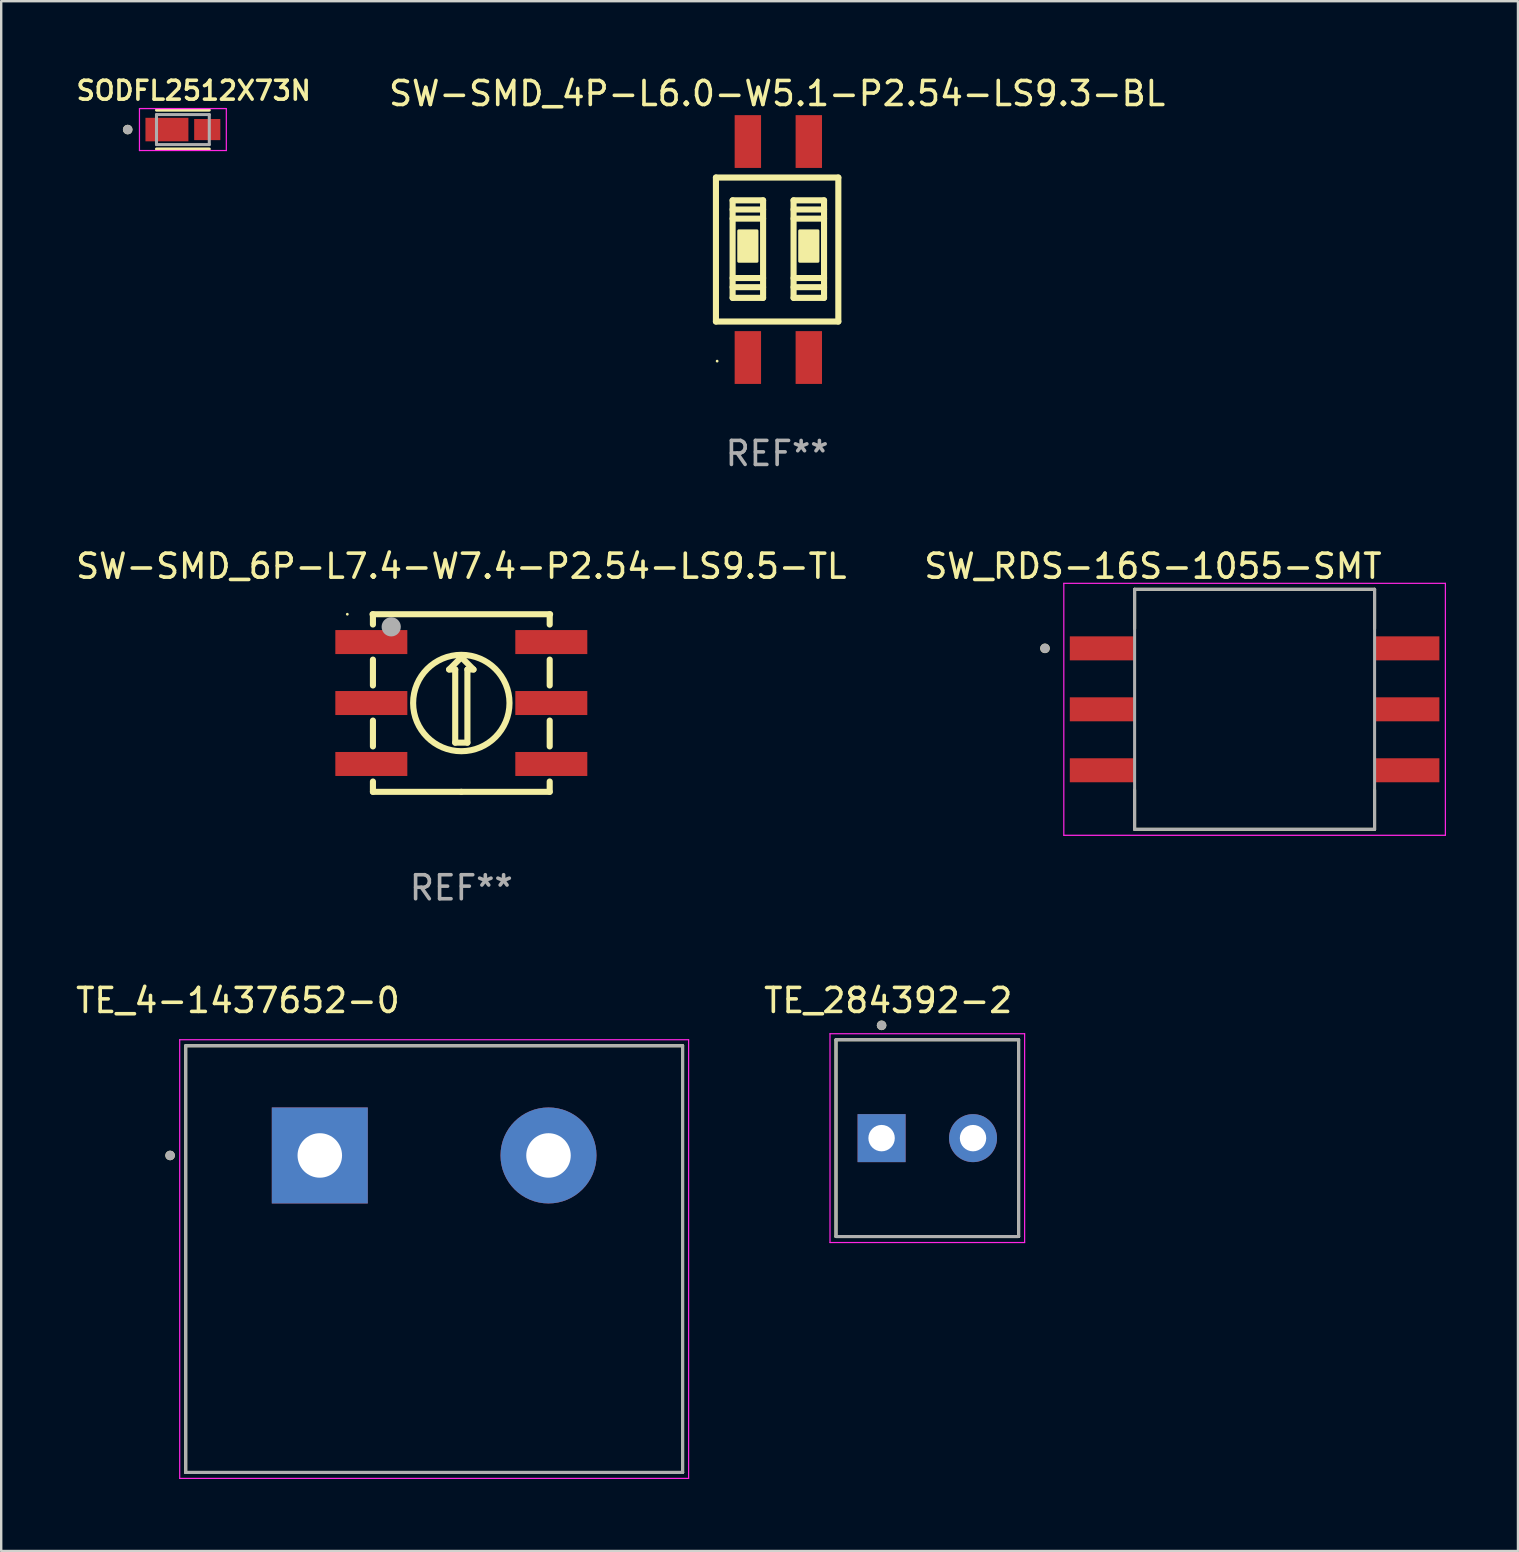
<source format=kicad_pcb>
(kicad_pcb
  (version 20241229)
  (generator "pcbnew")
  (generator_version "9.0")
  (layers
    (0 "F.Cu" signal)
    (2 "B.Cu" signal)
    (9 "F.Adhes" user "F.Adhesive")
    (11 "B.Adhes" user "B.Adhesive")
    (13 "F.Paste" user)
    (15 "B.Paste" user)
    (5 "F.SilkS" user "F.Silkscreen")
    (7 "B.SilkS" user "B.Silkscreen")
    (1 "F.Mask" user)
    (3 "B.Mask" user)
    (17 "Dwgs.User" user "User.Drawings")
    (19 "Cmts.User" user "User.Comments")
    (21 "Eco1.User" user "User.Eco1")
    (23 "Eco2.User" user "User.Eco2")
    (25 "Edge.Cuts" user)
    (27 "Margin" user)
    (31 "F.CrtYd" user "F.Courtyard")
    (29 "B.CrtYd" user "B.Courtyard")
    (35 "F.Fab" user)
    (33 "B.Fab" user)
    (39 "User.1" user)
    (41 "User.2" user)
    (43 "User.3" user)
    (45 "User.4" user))
  (footprint "TE_4-1437652-0"
    (layer "F.Cu")
    (at 10.276 45.098)
    (property "Reference" "TE_4-1437652-0" (at -3.413 -6.457 0) (layer "F.SilkS") (effects (font (size 1 1) (thickness 0.15))))
    (attr through_hole)
    (fp_line (start -5.588 13.208) (end -5.588 -4.572) (stroke (width 0.127) (type solid)) (layer "F.SilkS"))
    (fp_line (start 15.118 -4.572) (end -5.588 -4.572) (stroke (width 0.127) (type solid)) (layer "F.SilkS"))
    (fp_line (start 15.118 -4.572) (end 15.118 13.208) (stroke (width 0.127) (type solid)) (layer "F.SilkS"))
    (fp_line (start 15.118 13.208) (end -5.588 13.208) (stroke (width 0.127) (type solid)) (layer "F.SilkS"))
    (fp_circle (center -6.238 0) (end -6.138 0) (stroke (width 0.2) (type solid)) (fill no) (layer "F.SilkS"))
    (fp_line (start -5.838 -4.822) (end 15.368 -4.822) (stroke (width 0.05) (type solid)) (layer "F.CrtYd"))
    (fp_line (start -5.838 13.458) (end -5.838 -4.822) (stroke (width 0.05) (type solid)) (layer "F.CrtYd"))
    (fp_line (start 15.368 -4.822) (end 15.368 13.458) (stroke (width 0.05) (type solid)) (layer "F.CrtYd"))
    (fp_line (start 15.368 13.458) (end -5.838 13.458) (stroke (width 0.05) (type solid)) (layer "F.CrtYd"))
    (fp_line (start -5.588 -4.572) (end 15.118 -4.572) (stroke (width 0.127) (type solid)) (layer "F.Fab"))
    (fp_line (start -5.588 13.208) (end -5.588 -4.572) (stroke (width 0.127) (type solid)) (layer "F.Fab"))
    (fp_line (start -5.588 13.208) (end -5.588 13.208) (stroke (width 0.127) (type solid)) (layer "F.Fab"))
    (fp_line (start -5.588 13.208) (end 15.118 13.208) (stroke (width 0.127) (type solid)) (layer "F.Fab"))
    (fp_line (start 15.118 -4.572) (end 15.118 13.208) (stroke (width 0.127) (type solid)) (layer "F.Fab"))
    (fp_line (start 15.118 13.208) (end -5.588 13.208) (stroke (width 0.127) (type solid)) (layer "F.Fab"))
    (fp_line (start 15.118 13.208) (end 15.118 13.208) (stroke (width 0.127) (type solid)) (layer "F.Fab"))
    (fp_circle (center -6.238 0) (end -6.138 0) (stroke (width 0.2) (type solid)) (fill no) (layer "F.Fab"))
    (pad "1" thru_hole rect (at 0 0) (size 4 4) (drill 1.854) (layers "*.Cu" "*.Mask"))
    (pad "2" thru_hole circle (at 9.53 0) (size 4 4) (drill 1.854) (layers "*.Cu" "*.Mask")))
  (footprint "SW_RDS-16S-1055-SMT"
    (layer "F.Cu")
    (at 49.229 26.507)
    (property "Reference" "SW_RDS-16S-1055-SMT" (at -4.235 -5.962 0) (layer "F.SilkS") (effects (font (size 1 1) (thickness 0.15))))
    (attr through_hole)
    (fp_line (start -5 -5) (end -5 -3.36) (stroke (width 0.127) (type solid)) (layer "F.SilkS"))
    (fp_line (start -5 -5) (end 5 -5) (stroke (width 0.127) (type solid)) (layer "F.SilkS"))
    (fp_line (start -5 3.36) (end -5 5) (stroke (width 0.127) (type solid)) (layer "F.SilkS"))
    (fp_line (start -5 5) (end 5 5) (stroke (width 0.127) (type solid)) (layer "F.SilkS"))
    (fp_line (start 5 -5) (end 5 -3.36) (stroke (width 0.127) (type solid)) (layer "F.SilkS"))
    (fp_line (start 5 3.36) (end 5 5) (stroke (width 0.127) (type solid)) (layer "F.SilkS"))
    (fp_circle (center -8.735 -2.54) (end -8.635 -2.54) (stroke (width 0.2) (type solid)) (fill no) (layer "F.SilkS"))
    (fp_line (start -7.95 -5.25) (end -7.95 5.25) (stroke (width 0.05) (type solid)) (layer "F.CrtYd"))
    (fp_line (start -7.95 -5.25) (end 7.95 -5.25) (stroke (width 0.05) (type solid)) (layer "F.CrtYd"))
    (fp_line (start -7.95 5.25) (end 7.95 5.25) (stroke (width 0.05) (type solid)) (layer "F.CrtYd"))
    (fp_line (start 7.95 -5.25) (end 7.95 5.25) (stroke (width 0.05) (type solid)) (layer "F.CrtYd"))
    (fp_line (start -5 -5) (end -5 5) (stroke (width 0.127) (type solid)) (layer "F.Fab"))
    (fp_line (start -5 -5) (end 5 -5) (stroke (width 0.127) (type solid)) (layer "F.Fab"))
    (fp_line (start -5 5) (end 5 5) (stroke (width 0.127) (type solid)) (layer "F.Fab"))
    (fp_line (start 5 -5) (end 5 5) (stroke (width 0.127) (type solid)) (layer "F.Fab"))
    (fp_circle (center -8.735 -2.54) (end -8.635 -2.54) (stroke (width 0.2) (type solid)) (fill no) (layer "F.Fab"))
    (pad "1" smd rect (at -6.35 -2.54) (size 2.7 1) (layers "F.Cu" "F.Mask" "F.Paste"))
    (pad "2" smd rect (at 6.35 2.54) (size 2.7 1) (layers "F.Cu" "F.Mask" "F.Paste"))
    (pad "4" smd rect (at -6.35 2.54) (size 2.7 1) (layers "F.Cu" "F.Mask" "F.Paste"))
    (pad "8" smd rect (at 6.35 -2.54) (size 2.7 1) (layers "F.Cu" "F.Mask" "F.Paste"))
    (pad "C_1" smd rect (at -6.35 0) (size 2.7 1) (layers "F.Cu" "F.Mask" "F.Paste"))
    (pad "C_2" smd rect (at 6.35 0) (size 2.7 1) (layers "F.Cu" "F.Mask" "F.Paste")))
  (footprint "SW-SMD_6P-L7.4-W7.4-P2.54-LS9.5-TL"
    (layer "F.Cu")
    (at 16.173 26.245)
    (property "Reference" "SW-SMD_6P-L7.4-W7.4-P2.54-LS9.5-TL" (at 0 -5.7 0) (layer "F.SilkS") (effects (font (size 1 1) (thickness 0.15))))
    (attr through_hole)
    (fp_line (start -3.683 -3.271) (end -3.683 -3.7) (stroke (width 0.254) (type solid)) (layer "F.SilkS"))
    (fp_line (start -3.683 -0.731) (end -3.683 -1.809) (stroke (width 0.254) (type solid)) (layer "F.SilkS"))
    (fp_line (start -3.683 1.809) (end -3.683 0.731) (stroke (width 0.254) (type solid)) (layer "F.SilkS"))
    (fp_line (start -3.683 3.7) (end -3.683 3.271) (stroke (width 0.254) (type solid)) (layer "F.SilkS"))
    (fp_line (start -0.508 -1.397) (end -0.254 -1.397) (stroke (width 0.254) (type solid)) (layer "F.SilkS"))
    (fp_line (start -0.254 -1.397) (end -0.254 1.651) (stroke (width 0.254) (type solid)) (layer "F.SilkS"))
    (fp_line (start -0.254 1.651) (end 0.254 1.651) (stroke (width 0.254) (type solid)) (layer "F.SilkS"))
    (fp_line (start 0 -1.905) (end -0.508 -1.397) (stroke (width 0.254) (type solid)) (layer "F.SilkS"))
    (fp_line (start 0 -1.905) (end 0.508 -1.397) (stroke (width 0.254) (type solid)) (layer "F.SilkS"))
    (fp_line (start 0.000025 3.7) (end -3.683 3.7) (stroke (width 0.254) (type solid)) (layer "F.SilkS"))
    (fp_line (start 0.000025 3.7) (end 3.683 3.7) (stroke (width 0.254) (type solid)) (layer "F.SilkS"))
    (fp_line (start 0.254 -1.397) (end 0.508 -1.397) (stroke (width 0.254) (type solid)) (layer "F.SilkS"))
    (fp_line (start 0.254 1.651) (end 0.254 -1.397) (stroke (width 0.254) (type solid)) (layer "F.SilkS"))
    (fp_line (start 3.683 -3.271) (end 3.683 -3.7) (stroke (width 0.254) (type solid)) (layer "F.SilkS"))
    (fp_line (start 3.683 -0.731) (end 3.683 -1.809) (stroke (width 0.254) (type solid)) (layer "F.SilkS"))
    (fp_line (start 3.683 1.809) (end 3.683 0.731) (stroke (width 0.254) (type solid)) (layer "F.SilkS"))
    (fp_line (start 3.683 3.7) (end 3.683 3.271) (stroke (width 0.254) (type solid)) (layer "F.SilkS"))
    (fp_line (start 3.7 -3.7) (end -3.7 -3.7) (stroke (width 0.254) (type solid)) (layer "F.SilkS"))
    (fp_circle (center -4.75 -3.7) (end -4.72 -3.7) (stroke (width 0.06) (type solid)) (fill no) (layer "F.SilkS"))
    (fp_circle (center 0 0.000102) (end 2.008 0.000102) (stroke (width 0.254) (type solid)) (fill no) (layer "F.SilkS"))
    (fp_circle (center -2.921 -3.175) (end -2.721 -3.175) (stroke (width 0.4) (type solid)) (fill no) (layer "F.Fab"))
    (fp_text user "REF**" (at 0 7.7 0) (layer "F.Fab") (effects (font (size 1 1) (thickness 0.15))))
    (pad "1" smd rect (at -3.75 -2.54) (size 3 1) (layers "F.Cu" "F.Mask" "F.Paste"))
    (pad "2" smd rect (at 3.75 2.54) (size 3 1) (layers "F.Cu" "F.Mask" "F.Paste"))
    (pad "4" smd rect (at -3.75 2.54) (size 3 1) (layers "F.Cu" "F.Mask" "F.Paste"))
    (pad "8" smd rect (at 3.75 -2.54) (size 3 1) (layers "F.Cu" "F.Mask" "F.Paste"))
    (pad "C" smd rect (at -3.75 0.000102) (size 3 1) (layers "F.Cu" "F.Mask" "F.Paste"))
    (pad "C" smd rect (at 3.75 0.000102) (size 3 1) (layers "F.Cu" "F.Mask" "F.Paste")))
  (footprint "SW-SMD_4P-L6.0-W5.1-P2.54-LS9.3-BL"
    (layer "F.Cu")
    (at 29.333 7.348)
    (property "Reference" "SW-SMD_4P-L6.0-W5.1-P2.54-LS9.3-BL" (at 0 -6.5 0) (layer "F.SilkS") (effects (font (size 1 1) (thickness 0.15))))
    (attr through_hole)
    (fp_line (start -2.55 -3) (end 2.55 -3) (stroke (width 0.254) (type solid)) (layer "F.SilkS"))
    (fp_line (start -2.55 3) (end -2.55 -3) (stroke (width 0.254) (type solid)) (layer "F.SilkS"))
    (fp_line (start -1.855 -2.05) (end -0.585 -2.05) (stroke (width 0.254) (type solid)) (layer "F.SilkS"))
    (fp_line (start -1.855 -1.669) (end -0.585 -1.669) (stroke (width 0.254) (type solid)) (layer "F.SilkS"))
    (fp_line (start -1.855 -1.288) (end -0.585 -1.288) (stroke (width 0.254) (type solid)) (layer "F.SilkS"))
    (fp_line (start -1.855 1.188) (end -0.585 1.188) (stroke (width 0.254) (type solid)) (layer "F.SilkS"))
    (fp_line (start -1.855 1.569) (end -0.585 1.569) (stroke (width 0.254) (type solid)) (layer "F.SilkS"))
    (fp_line (start -1.855 2.014) (end -1.855 -2.05) (stroke (width 0.254) (type solid)) (layer "F.SilkS"))
    (fp_line (start -0.585 -2.05) (end -0.585 2.014) (stroke (width 0.254) (type solid)) (layer "F.SilkS"))
    (fp_line (start -0.585 2.014) (end -1.855 2.014) (stroke (width 0.254) (type solid)) (layer "F.SilkS"))
    (fp_line (start 0.685 -2.05) (end 1.955 -2.05) (stroke (width 0.254) (type solid)) (layer "F.SilkS"))
    (fp_line (start 0.685 -1.669) (end 1.955 -1.669) (stroke (width 0.254) (type solid)) (layer "F.SilkS"))
    (fp_line (start 0.685 -1.288) (end 1.955 -1.288) (stroke (width 0.254) (type solid)) (layer "F.SilkS"))
    (fp_line (start 0.685 1.188) (end 1.955 1.188) (stroke (width 0.254) (type solid)) (layer "F.SilkS"))
    (fp_line (start 0.685 1.569) (end 1.955 1.569) (stroke (width 0.254) (type solid)) (layer "F.SilkS"))
    (fp_line (start 0.685 2.014) (end 0.685 -2.05) (stroke (width 0.254) (type solid)) (layer "F.SilkS"))
    (fp_line (start 1.955 -2.05) (end 1.955 2.014) (stroke (width 0.254) (type solid)) (layer "F.SilkS"))
    (fp_line (start 1.955 2.014) (end 0.685 2.014) (stroke (width 0.254) (type solid)) (layer "F.SilkS"))
    (fp_line (start 2.55 -3) (end 2.55 3) (stroke (width 0.254) (type solid)) (layer "F.SilkS"))
    (fp_line (start 2.55 3) (end -2.55 3) (stroke (width 0.254) (type solid)) (layer "F.SilkS"))
    (fp_circle (center -2.5 4.65) (end -2.47 4.65) (stroke (width 0.06) (type solid)) (fill no) (layer "F.SilkS"))
    (fp_poly (pts (xy -1.601 -0.78) (xy -0.839 -0.78) (xy -0.839 0.49) (xy -1.601 0.49)) (stroke (width 0.12) (type solid)) (fill yes) (layer "F.SilkS"))
    (fp_poly (pts (xy 0.939 -0.78) (xy 1.701 -0.78) (xy 1.701 0.49) (xy 0.939 0.49)) (stroke (width 0.12) (type solid)) (fill yes) (layer "F.SilkS"))
    (fp_text user "REF**" (at 0 8.5 0) (layer "F.Fab") (effects (font (size 1 1) (thickness 0.15))))
    (pad "1" smd rect (at -1.22 4.5) (size 1.1 2.2) (layers "F.Cu" "F.Mask" "F.Paste"))
    (pad "2" smd rect (at 1.32 4.5) (size 1.1 2.2) (layers "F.Cu" "F.Mask" "F.Paste"))
    (pad "3" smd rect (at 1.32 -4.5) (size 1.1 2.2) (layers "F.Cu" "F.Mask" "F.Paste"))
    (pad "4" smd rect (at -1.22 -4.5) (size 1.1 2.2) (layers "F.Cu" "F.Mask" "F.Paste")))
  (footprint "SODFL2512X73N"
    (layer "F.Cu")
    (at 4.571 2.349)
    (property "Reference" "SODFL2512X73N" (at 0.45 -1.625 0) (layer "F.SilkS") (effects (font (size 0.787 0.787) (thickness 0.15))))
    (attr through_hole)
    (fp_line (start -1.1 -0.81) (end 1.1 -0.81) (stroke (width 0.127) (type solid)) (layer "F.SilkS"))
    (fp_line (start -1.1 0.81) (end 1.1 0.81) (stroke (width 0.127) (type solid)) (layer "F.SilkS"))
    (fp_circle (center -2.3 0) (end -2.2 0) (stroke (width 0.2) (type solid)) (fill no) (layer "F.SilkS"))
    (fp_line (start -1.81 -0.875) (end -1.81 0.875) (stroke (width 0.05) (type solid)) (layer "F.CrtYd"))
    (fp_line (start -1.81 0.875) (end 1.81 0.875) (stroke (width 0.05) (type solid)) (layer "F.CrtYd"))
    (fp_line (start 1.81 -0.875) (end -1.81 -0.875) (stroke (width 0.05) (type solid)) (layer "F.CrtYd"))
    (fp_line (start 1.81 0.875) (end 1.81 -0.875) (stroke (width 0.05) (type solid)) (layer "F.CrtYd"))
    (fp_line (start -1.1 -0.625) (end 1.1 -0.625) (stroke (width 0.127) (type solid)) (layer "F.Fab"))
    (fp_line (start -1.1 0.625) (end -1.1 -0.625) (stroke (width 0.127) (type solid)) (layer "F.Fab"))
    (fp_line (start 1.1 -0.625) (end 1.1 0.625) (stroke (width 0.127) (type solid)) (layer "F.Fab"))
    (fp_line (start 1.1 0.625) (end -1.1 0.625) (stroke (width 0.127) (type solid)) (layer "F.Fab"))
    (fp_circle (center -2.3 0) (end -2.2 0) (stroke (width 0.2) (type solid)) (fill no) (layer "F.Fab"))
    (pad "A" smd rect (at 1.015 0) (size 1.09 0.88) (layers "F.Cu" "F.Mask" "F.Paste"))
    (pad "C" smd rect (at -0.665 0) (size 1.79 0.98) (layers "F.Cu" "F.Mask" "F.Paste")))
  (footprint "TE_284392-2"
    (layer "F.Cu")
    (at 35.591 44.376)
    (property "Reference" "TE_284392-2" (at -1.63 -5.735 0) (layer "F.SilkS") (effects (font (size 1 1) (thickness 0.15))))
    (attr through_hole)
    (fp_line (start -3.805 -4.1) (end 3.805 -4.1) (stroke (width 0.127) (type solid)) (layer "F.SilkS"))
    (fp_line (start -3.805 4.1) (end -3.805 -4.1) (stroke (width 0.127) (type solid)) (layer "F.SilkS"))
    (fp_line (start 3.805 -4.1) (end 3.805 4.1) (stroke (width 0.127) (type solid)) (layer "F.SilkS"))
    (fp_line (start 3.805 4.1) (end -3.805 4.1) (stroke (width 0.127) (type solid)) (layer "F.SilkS"))
    (fp_circle (center -1.905 -4.7) (end -1.805 -4.7) (stroke (width 0.2) (type solid)) (fill no) (layer "F.SilkS"))
    (fp_line (start -4.055 -4.35) (end 4.055 -4.35) (stroke (width 0.05) (type solid)) (layer "F.CrtYd"))
    (fp_line (start -4.055 4.35) (end -4.055 -4.35) (stroke (width 0.05) (type solid)) (layer "F.CrtYd"))
    (fp_line (start 4.055 -4.35) (end 4.055 4.35) (stroke (width 0.05) (type solid)) (layer "F.CrtYd"))
    (fp_line (start 4.055 4.35) (end -4.055 4.35) (stroke (width 0.05) (type solid)) (layer "F.CrtYd"))
    (fp_line (start -3.805 -4.1) (end 3.805 -4.1) (stroke (width 0.127) (type solid)) (layer "F.Fab"))
    (fp_line (start -3.805 4.1) (end -3.805 -4.1) (stroke (width 0.127) (type solid)) (layer "F.Fab"))
    (fp_line (start 3.805 -4.1) (end 3.805 4.1) (stroke (width 0.127) (type solid)) (layer "F.Fab"))
    (fp_line (start 3.805 4.1) (end -3.805 4.1) (stroke (width 0.127) (type solid)) (layer "F.Fab"))
    (fp_circle (center -1.905 -4.7) (end -1.805 -4.7) (stroke (width 0.2) (type solid)) (fill no) (layer "F.Fab"))
    (pad "1" thru_hole rect (at -1.905 0) (size 2 2) (drill 1.1) (layers "*.Cu" "*.Mask"))
    (pad "2" thru_hole circle (at 1.905 0) (size 2 2) (drill 1.1) (layers "*.Cu" "*.Mask")))
  (gr_rect
    (start -3 -3)
    (end 60.204 61.581)
    (stroke (width 0.1) (type default))
    (fill no)
    (layer "Edge.Cuts")))
</source>
